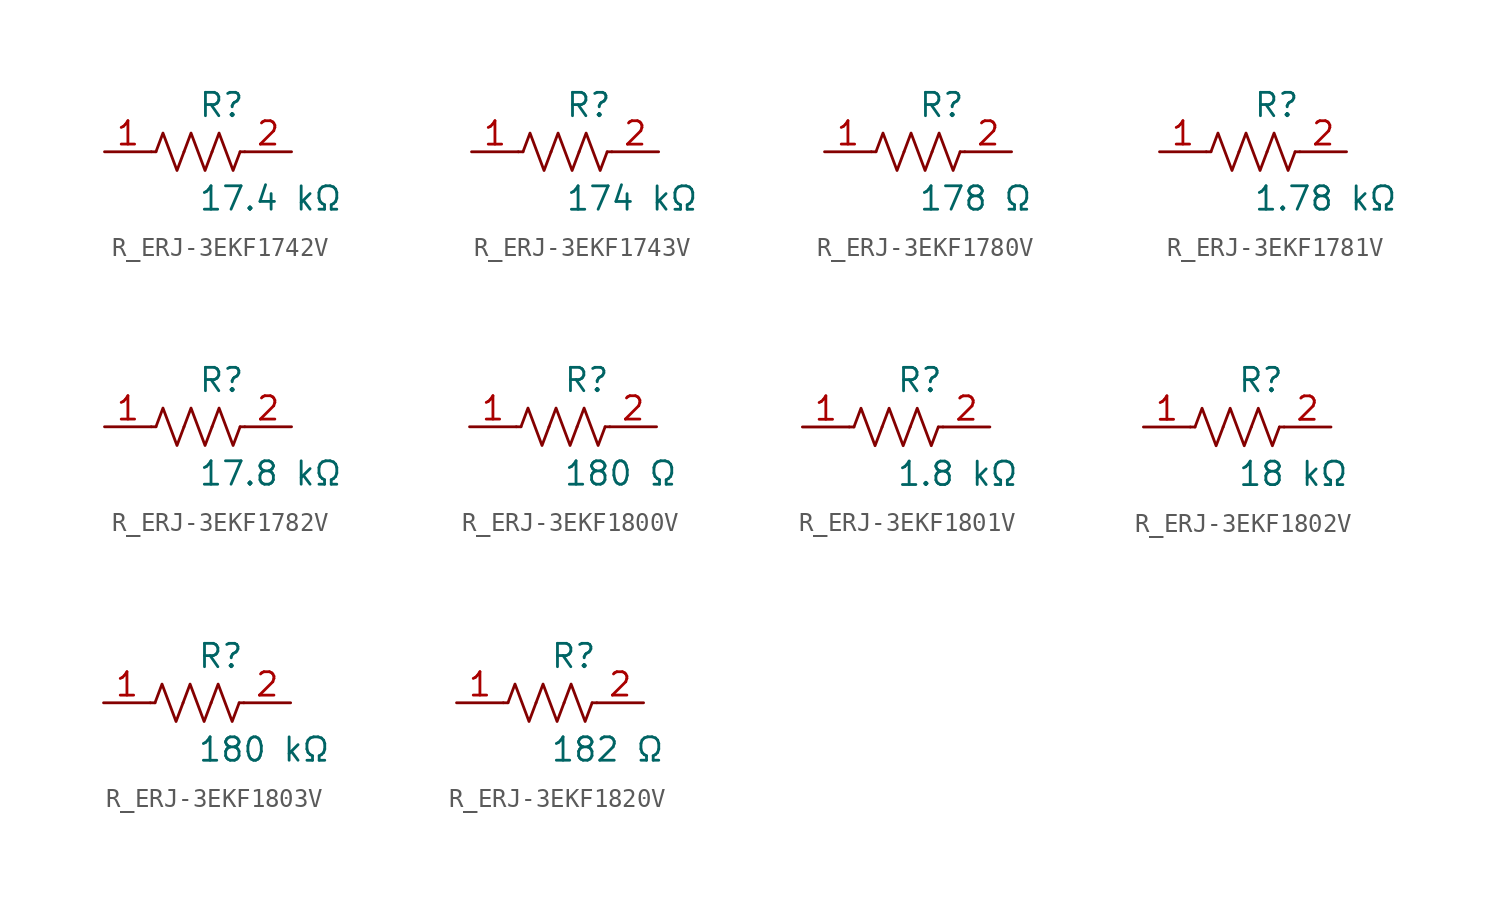
<source format=kicad_sym>
(kicad_symbol_lib
  (version 20231120)
  (generator kicad_symbol_editor)
  (generator_version 8.0)
  (symbol "R_ERJ-3EKF1742V"
    (pin_names
      (offset 0.254))
    (property "Reference" "R"
      (at 0.0 2.54 0)
      (effects (font (size 1.27 1.27)) (justify left)))
    (property "Value" "17.4 kΩ"
      (at 0.0 -2.54 0)
      (effects (font (size 1.27 1.27)) (justify left)))
    (symbol "R_ERJ-3EKF1742V_0_1"
      (polyline (pts (xy 2.286 0) (xy 2.54 0)) (stroke (width 0) (type default)) (fill (type none)))
      (polyline (pts (xy -2.286 0) (xy -2.54 0)) (stroke (width 0) (type default)) (fill (type none)))
      (polyline (pts (xy 0.762 0) (xy 1.143 1.016) (xy 1.524 0) (xy 1.905 -1.016) (xy 2.286 0)) (stroke (width 0) (type default)) (fill (type none)))
      (polyline (pts (xy -0.762 0) (xy -0.381 1.016) (xy 0 0) (xy 0.381 -1.016) (xy 0.762 0)) (stroke (width 0) (type default)) (fill (type none)))
      (polyline (pts (xy -2.286 0) (xy -1.905 1.016) (xy -1.524 0) (xy -1.143 -1.016) (xy -0.762 0)) (stroke (width 0) (type default)) (fill (type none))))
    (pin unspecified line
      (at -5.08 0 0)
      (length 2.54)
      (name "" (effects (font (size 1.27 1.27))))
      (number "1" (effects (font (size 1.27 1.27)))))
    (pin unspecified line
      (at 5.08 0 180)
      (length 2.54)
      (name "" (effects (font (size 1.27 1.27))))
      (number "2" (effects (font (size 1.27 1.27))))))
  (symbol "R_ERJ-3EKF1743V"
    (pin_names
      (offset 0.254))
    (property "Reference" "R"
      (at 0.0 2.54 0)
      (effects (font (size 1.27 1.27)) (justify left)))
    (property "Value" "174 kΩ"
      (at 0.0 -2.54 0)
      (effects (font (size 1.27 1.27)) (justify left)))
    (symbol "R_ERJ-3EKF1743V_0_1"
      (polyline (pts (xy 2.286 0) (xy 2.54 0)) (stroke (width 0) (type default)) (fill (type none)))
      (polyline (pts (xy -2.286 0) (xy -2.54 0)) (stroke (width 0) (type default)) (fill (type none)))
      (polyline (pts (xy 0.762 0) (xy 1.143 1.016) (xy 1.524 0) (xy 1.905 -1.016) (xy 2.286 0)) (stroke (width 0) (type default)) (fill (type none)))
      (polyline (pts (xy -0.762 0) (xy -0.381 1.016) (xy 0 0) (xy 0.381 -1.016) (xy 0.762 0)) (stroke (width 0) (type default)) (fill (type none)))
      (polyline (pts (xy -2.286 0) (xy -1.905 1.016) (xy -1.524 0) (xy -1.143 -1.016) (xy -0.762 0)) (stroke (width 0) (type default)) (fill (type none))))
    (pin unspecified line
      (at -5.08 0 0)
      (length 2.54)
      (name "" (effects (font (size 1.27 1.27))))
      (number "1" (effects (font (size 1.27 1.27)))))
    (pin unspecified line
      (at 5.08 0 180)
      (length 2.54)
      (name "" (effects (font (size 1.27 1.27))))
      (number "2" (effects (font (size 1.27 1.27))))))
  (symbol "R_ERJ-3EKF1780V"
    (pin_names
      (offset 0.254))
    (property "Reference" "R"
      (at 0.0 2.54 0)
      (effects (font (size 1.27 1.27)) (justify left)))
    (property "Value" "178 Ω"
      (at 0.0 -2.54 0)
      (effects (font (size 1.27 1.27)) (justify left)))
    (symbol "R_ERJ-3EKF1780V_0_1"
      (polyline (pts (xy 2.286 0) (xy 2.54 0)) (stroke (width 0) (type default)) (fill (type none)))
      (polyline (pts (xy -2.286 0) (xy -2.54 0)) (stroke (width 0) (type default)) (fill (type none)))
      (polyline (pts (xy 0.762 0) (xy 1.143 1.016) (xy 1.524 0) (xy 1.905 -1.016) (xy 2.286 0)) (stroke (width 0) (type default)) (fill (type none)))
      (polyline (pts (xy -0.762 0) (xy -0.381 1.016) (xy 0 0) (xy 0.381 -1.016) (xy 0.762 0)) (stroke (width 0) (type default)) (fill (type none)))
      (polyline (pts (xy -2.286 0) (xy -1.905 1.016) (xy -1.524 0) (xy -1.143 -1.016) (xy -0.762 0)) (stroke (width 0) (type default)) (fill (type none))))
    (pin unspecified line
      (at -5.08 0 0)
      (length 2.54)
      (name "" (effects (font (size 1.27 1.27))))
      (number "1" (effects (font (size 1.27 1.27)))))
    (pin unspecified line
      (at 5.08 0 180)
      (length 2.54)
      (name "" (effects (font (size 1.27 1.27))))
      (number "2" (effects (font (size 1.27 1.27))))))
  (symbol "R_ERJ-3EKF1781V"
    (pin_names
      (offset 0.254))
    (property "Reference" "R"
      (at 0.0 2.54 0)
      (effects (font (size 1.27 1.27)) (justify left)))
    (property "Value" "1.78 kΩ"
      (at 0.0 -2.54 0)
      (effects (font (size 1.27 1.27)) (justify left)))
    (symbol "R_ERJ-3EKF1781V_0_1"
      (polyline (pts (xy 2.286 0) (xy 2.54 0)) (stroke (width 0) (type default)) (fill (type none)))
      (polyline (pts (xy -2.286 0) (xy -2.54 0)) (stroke (width 0) (type default)) (fill (type none)))
      (polyline (pts (xy 0.762 0) (xy 1.143 1.016) (xy 1.524 0) (xy 1.905 -1.016) (xy 2.286 0)) (stroke (width 0) (type default)) (fill (type none)))
      (polyline (pts (xy -0.762 0) (xy -0.381 1.016) (xy 0 0) (xy 0.381 -1.016) (xy 0.762 0)) (stroke (width 0) (type default)) (fill (type none)))
      (polyline (pts (xy -2.286 0) (xy -1.905 1.016) (xy -1.524 0) (xy -1.143 -1.016) (xy -0.762 0)) (stroke (width 0) (type default)) (fill (type none))))
    (pin unspecified line
      (at -5.08 0 0)
      (length 2.54)
      (name "" (effects (font (size 1.27 1.27))))
      (number "1" (effects (font (size 1.27 1.27)))))
    (pin unspecified line
      (at 5.08 0 180)
      (length 2.54)
      (name "" (effects (font (size 1.27 1.27))))
      (number "2" (effects (font (size 1.27 1.27))))))
  (symbol "R_ERJ-3EKF1782V"
    (pin_names
      (offset 0.254))
    (property "Reference" "R"
      (at 0.0 2.54 0)
      (effects (font (size 1.27 1.27)) (justify left)))
    (property "Value" "17.8 kΩ"
      (at 0.0 -2.54 0)
      (effects (font (size 1.27 1.27)) (justify left)))
    (symbol "R_ERJ-3EKF1782V_0_1"
      (polyline (pts (xy 2.286 0) (xy 2.54 0)) (stroke (width 0) (type default)) (fill (type none)))
      (polyline (pts (xy -2.286 0) (xy -2.54 0)) (stroke (width 0) (type default)) (fill (type none)))
      (polyline (pts (xy 0.762 0) (xy 1.143 1.016) (xy 1.524 0) (xy 1.905 -1.016) (xy 2.286 0)) (stroke (width 0) (type default)) (fill (type none)))
      (polyline (pts (xy -0.762 0) (xy -0.381 1.016) (xy 0 0) (xy 0.381 -1.016) (xy 0.762 0)) (stroke (width 0) (type default)) (fill (type none)))
      (polyline (pts (xy -2.286 0) (xy -1.905 1.016) (xy -1.524 0) (xy -1.143 -1.016) (xy -0.762 0)) (stroke (width 0) (type default)) (fill (type none))))
    (pin unspecified line
      (at -5.08 0 0)
      (length 2.54)
      (name "" (effects (font (size 1.27 1.27))))
      (number "1" (effects (font (size 1.27 1.27)))))
    (pin unspecified line
      (at 5.08 0 180)
      (length 2.54)
      (name "" (effects (font (size 1.27 1.27))))
      (number "2" (effects (font (size 1.27 1.27))))))
  (symbol "R_ERJ-3EKF1800V"
    (pin_names
      (offset 0.254))
    (property "Reference" "R"
      (at 0.0 2.54 0)
      (effects (font (size 1.27 1.27)) (justify left)))
    (property "Value" "180 Ω"
      (at 0.0 -2.54 0)
      (effects (font (size 1.27 1.27)) (justify left)))
    (symbol "R_ERJ-3EKF1800V_0_1"
      (polyline (pts (xy 2.286 0) (xy 2.54 0)) (stroke (width 0) (type default)) (fill (type none)))
      (polyline (pts (xy -2.286 0) (xy -2.54 0)) (stroke (width 0) (type default)) (fill (type none)))
      (polyline (pts (xy 0.762 0) (xy 1.143 1.016) (xy 1.524 0) (xy 1.905 -1.016) (xy 2.286 0)) (stroke (width 0) (type default)) (fill (type none)))
      (polyline (pts (xy -0.762 0) (xy -0.381 1.016) (xy 0 0) (xy 0.381 -1.016) (xy 0.762 0)) (stroke (width 0) (type default)) (fill (type none)))
      (polyline (pts (xy -2.286 0) (xy -1.905 1.016) (xy -1.524 0) (xy -1.143 -1.016) (xy -0.762 0)) (stroke (width 0) (type default)) (fill (type none))))
    (pin unspecified line
      (at -5.08 0 0)
      (length 2.54)
      (name "" (effects (font (size 1.27 1.27))))
      (number "1" (effects (font (size 1.27 1.27)))))
    (pin unspecified line
      (at 5.08 0 180)
      (length 2.54)
      (name "" (effects (font (size 1.27 1.27))))
      (number "2" (effects (font (size 1.27 1.27))))))
  (symbol "R_ERJ-3EKF1801V"
    (pin_names
      (offset 0.254))
    (property "Reference" "R"
      (at 0.0 2.54 0)
      (effects (font (size 1.27 1.27)) (justify left)))
    (property "Value" "1.8 kΩ"
      (at 0.0 -2.54 0)
      (effects (font (size 1.27 1.27)) (justify left)))
    (symbol "R_ERJ-3EKF1801V_0_1"
      (polyline (pts (xy 2.286 0) (xy 2.54 0)) (stroke (width 0) (type default)) (fill (type none)))
      (polyline (pts (xy -2.286 0) (xy -2.54 0)) (stroke (width 0) (type default)) (fill (type none)))
      (polyline (pts (xy 0.762 0) (xy 1.143 1.016) (xy 1.524 0) (xy 1.905 -1.016) (xy 2.286 0)) (stroke (width 0) (type default)) (fill (type none)))
      (polyline (pts (xy -0.762 0) (xy -0.381 1.016) (xy 0 0) (xy 0.381 -1.016) (xy 0.762 0)) (stroke (width 0) (type default)) (fill (type none)))
      (polyline (pts (xy -2.286 0) (xy -1.905 1.016) (xy -1.524 0) (xy -1.143 -1.016) (xy -0.762 0)) (stroke (width 0) (type default)) (fill (type none))))
    (pin unspecified line
      (at -5.08 0 0)
      (length 2.54)
      (name "" (effects (font (size 1.27 1.27))))
      (number "1" (effects (font (size 1.27 1.27)))))
    (pin unspecified line
      (at 5.08 0 180)
      (length 2.54)
      (name "" (effects (font (size 1.27 1.27))))
      (number "2" (effects (font (size 1.27 1.27))))))
  (symbol "R_ERJ-3EKF1802V"
    (pin_names
      (offset 0.254))
    (property "Reference" "R"
      (at 0.0 2.54 0)
      (effects (font (size 1.27 1.27)) (justify left)))
    (property "Value" "18 kΩ"
      (at 0.0 -2.54 0)
      (effects (font (size 1.27 1.27)) (justify left)))
    (symbol "R_ERJ-3EKF1802V_0_1"
      (polyline (pts (xy 2.286 0) (xy 2.54 0)) (stroke (width 0) (type default)) (fill (type none)))
      (polyline (pts (xy -2.286 0) (xy -2.54 0)) (stroke (width 0) (type default)) (fill (type none)))
      (polyline (pts (xy 0.762 0) (xy 1.143 1.016) (xy 1.524 0) (xy 1.905 -1.016) (xy 2.286 0)) (stroke (width 0) (type default)) (fill (type none)))
      (polyline (pts (xy -0.762 0) (xy -0.381 1.016) (xy 0 0) (xy 0.381 -1.016) (xy 0.762 0)) (stroke (width 0) (type default)) (fill (type none)))
      (polyline (pts (xy -2.286 0) (xy -1.905 1.016) (xy -1.524 0) (xy -1.143 -1.016) (xy -0.762 0)) (stroke (width 0) (type default)) (fill (type none))))
    (pin unspecified line
      (at -5.08 0 0)
      (length 2.54)
      (name "" (effects (font (size 1.27 1.27))))
      (number "1" (effects (font (size 1.27 1.27)))))
    (pin unspecified line
      (at 5.08 0 180)
      (length 2.54)
      (name "" (effects (font (size 1.27 1.27))))
      (number "2" (effects (font (size 1.27 1.27))))))
  (symbol "R_ERJ-3EKF1803V"
    (pin_names
      (offset 0.254))
    (property "Reference" "R"
      (at 0.0 2.54 0)
      (effects (font (size 1.27 1.27)) (justify left)))
    (property "Value" "180 kΩ"
      (at 0.0 -2.54 0)
      (effects (font (size 1.27 1.27)) (justify left)))
    (symbol "R_ERJ-3EKF1803V_0_1"
      (polyline (pts (xy 2.286 0) (xy 2.54 0)) (stroke (width 0) (type default)) (fill (type none)))
      (polyline (pts (xy -2.286 0) (xy -2.54 0)) (stroke (width 0) (type default)) (fill (type none)))
      (polyline (pts (xy 0.762 0) (xy 1.143 1.016) (xy 1.524 0) (xy 1.905 -1.016) (xy 2.286 0)) (stroke (width 0) (type default)) (fill (type none)))
      (polyline (pts (xy -0.762 0) (xy -0.381 1.016) (xy 0 0) (xy 0.381 -1.016) (xy 0.762 0)) (stroke (width 0) (type default)) (fill (type none)))
      (polyline (pts (xy -2.286 0) (xy -1.905 1.016) (xy -1.524 0) (xy -1.143 -1.016) (xy -0.762 0)) (stroke (width 0) (type default)) (fill (type none))))
    (pin unspecified line
      (at -5.08 0 0)
      (length 2.54)
      (name "" (effects (font (size 1.27 1.27))))
      (number "1" (effects (font (size 1.27 1.27)))))
    (pin unspecified line
      (at 5.08 0 180)
      (length 2.54)
      (name "" (effects (font (size 1.27 1.27))))
      (number "2" (effects (font (size 1.27 1.27))))))
  (symbol "R_ERJ-3EKF1820V"
    (pin_names
      (offset 0.254))
    (property "Reference" "R"
      (at 0.0 2.54 0)
      (effects (font (size 1.27 1.27)) (justify left)))
    (property "Value" "182 Ω"
      (at 0.0 -2.54 0)
      (effects (font (size 1.27 1.27)) (justify left)))
    (symbol "R_ERJ-3EKF1820V_0_1"
      (polyline (pts (xy 2.286 0) (xy 2.54 0)) (stroke (width 0) (type default)) (fill (type none)))
      (polyline (pts (xy -2.286 0) (xy -2.54 0)) (stroke (width 0) (type default)) (fill (type none)))
      (polyline (pts (xy 0.762 0) (xy 1.143 1.016) (xy 1.524 0) (xy 1.905 -1.016) (xy 2.286 0)) (stroke (width 0) (type default)) (fill (type none)))
      (polyline (pts (xy -0.762 0) (xy -0.381 1.016) (xy 0 0) (xy 0.381 -1.016) (xy 0.762 0)) (stroke (width 0) (type default)) (fill (type none)))
      (polyline (pts (xy -2.286 0) (xy -1.905 1.016) (xy -1.524 0) (xy -1.143 -1.016) (xy -0.762 0)) (stroke (width 0) (type default)) (fill (type none))))
    (pin unspecified line
      (at -5.08 0 0)
      (length 2.54)
      (name "" (effects (font (size 1.27 1.27))))
      (number "1" (effects (font (size 1.27 1.27)))))
    (pin unspecified line
      (at 5.08 0 180)
      (length 2.54)
      (name "" (effects (font (size 1.27 1.27))))
      (number "2" (effects (font (size 1.27 1.27)))))))
</source>
